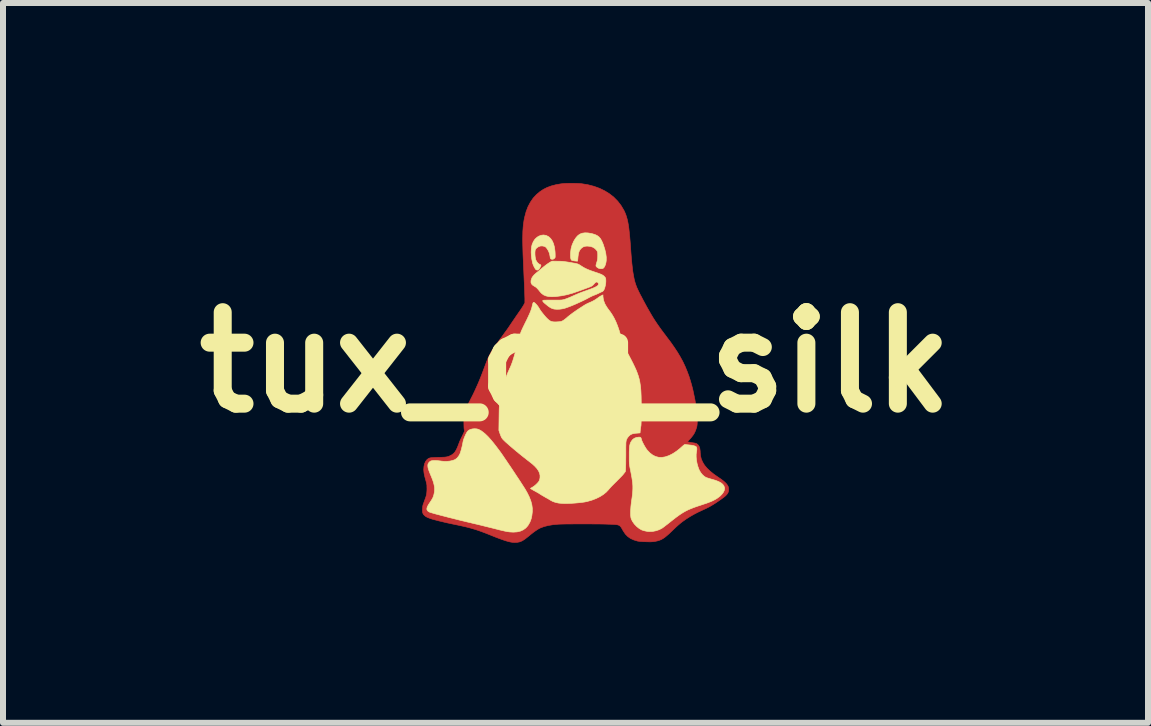
<source format=kicad_pcb>
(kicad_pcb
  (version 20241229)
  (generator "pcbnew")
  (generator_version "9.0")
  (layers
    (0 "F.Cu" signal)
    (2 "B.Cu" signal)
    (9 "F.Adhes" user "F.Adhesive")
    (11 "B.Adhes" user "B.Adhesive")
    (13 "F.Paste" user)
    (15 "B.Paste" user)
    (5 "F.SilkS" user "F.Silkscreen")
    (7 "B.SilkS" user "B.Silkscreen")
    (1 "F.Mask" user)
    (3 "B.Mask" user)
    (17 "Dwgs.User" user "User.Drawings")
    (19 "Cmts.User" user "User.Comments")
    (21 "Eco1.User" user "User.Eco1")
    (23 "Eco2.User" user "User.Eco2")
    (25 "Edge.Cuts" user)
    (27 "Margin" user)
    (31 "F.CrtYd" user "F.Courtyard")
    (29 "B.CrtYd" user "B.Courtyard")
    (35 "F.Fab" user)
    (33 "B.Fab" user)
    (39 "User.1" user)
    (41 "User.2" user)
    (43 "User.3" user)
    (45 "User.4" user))
  (footprint "tux_cu_silk"
    (layer "F.Cu")
    (at 6.539 2.986)
    (property "Reference" "tux_cu_silk" (at 0 0 0) (layer "F.SilkS") (effects (font (size 1.524 1.524) (thickness 0.3))))
    (attr through_hole)
    (fp_poly (pts (xy -0.019 -2.981) (xy 0.026 -2.98) (xy 0.066 -2.978) (xy 0.099 -2.975) (xy 0.102 -2.975) (xy 0.207 -2.958) (xy 0.307 -2.932) (xy 0.401 -2.898) (xy 0.487 -2.856) (xy 0.566 -2.807) (xy 0.638 -2.75) (xy 0.702 -2.685) (xy 0.757 -2.614) (xy 0.804 -2.535) (xy 0.809 -2.526) (xy 0.824 -2.493) (xy 0.838 -2.459) (xy 0.85 -2.422) (xy 0.861 -2.383) (xy 0.871 -2.339) (xy 0.88 -2.29) (xy 0.888 -2.234) (xy 0.895 -2.172) (xy 0.902 -2.101) (xy 0.909 -2.022) (xy 0.916 -1.932) (xy 0.917 -1.913) (xy 0.924 -1.816) (xy 0.931 -1.729) (xy 0.938 -1.652) (xy 0.946 -1.583) (xy 0.953 -1.521) (xy 0.962 -1.467) (xy 0.971 -1.418) (xy 0.98 -1.373) (xy 0.991 -1.333) (xy 1.003 -1.295) (xy 1.016 -1.26) (xy 1.022 -1.245) (xy 1.032 -1.223) (xy 1.045 -1.195) (xy 1.062 -1.16) (xy 1.081 -1.122) (xy 1.102 -1.084) (xy 1.113 -1.061) (xy 1.154 -0.985) (xy 1.191 -0.917) (xy 1.226 -0.856) (xy 1.258 -0.8) (xy 1.289 -0.748) (xy 1.32 -0.699) (xy 1.352 -0.651) (xy 1.386 -0.602) (xy 1.423 -0.55) (xy 1.464 -0.495) (xy 1.51 -0.434) (xy 1.518 -0.423) (xy 1.587 -0.332) (xy 1.647 -0.246) (xy 1.701 -0.164) (xy 1.748 -0.085) (xy 1.79 -0.007) (xy 1.827 0.072) (xy 1.86 0.152) (xy 1.891 0.235) (xy 1.919 0.324) (xy 1.919 0.325) (xy 1.938 0.392) (xy 1.956 0.464) (xy 1.972 0.54) (xy 1.988 0.617) (xy 2.001 0.693) (xy 2.012 0.767) (xy 2.02 0.835) (xy 2.026 0.898) (xy 2.028 0.952) (xy 2.028 0.957) (xy 2.028 0.993) (xy 2.027 1.021) (xy 2.025 1.044) (xy 2.022 1.065) (xy 2.017 1.086) (xy 2.016 1.088) (xy 2.001 1.134) (xy 1.982 1.177) (xy 1.957 1.217) (xy 1.924 1.259) (xy 1.89 1.296) (xy 1.862 1.325) (xy 1.912 1.334) (xy 1.938 1.339) (xy 1.964 1.343) (xy 1.986 1.346) (xy 1.99 1.347) (xy 2.018 1.356) (xy 2.041 1.375) (xy 2.059 1.402) (xy 2.071 1.438) (xy 2.077 1.482) (xy 2.077 1.499) (xy 2.082 1.556) (xy 2.095 1.611) (xy 2.118 1.664) (xy 2.149 1.715) (xy 2.191 1.765) (xy 2.243 1.815) (xy 2.305 1.865) (xy 2.365 1.907) (xy 2.415 1.941) (xy 2.457 1.972) (xy 2.489 1.999) (xy 2.514 2.025) (xy 2.532 2.049) (xy 2.544 2.072) (xy 2.55 2.097) (xy 2.551 2.118) (xy 2.55 2.141) (xy 2.545 2.162) (xy 2.535 2.182) (xy 2.52 2.203) (xy 2.499 2.225) (xy 2.47 2.249) (xy 2.433 2.276) (xy 2.389 2.307) (xy 2.339 2.341) (xy 2.295 2.369) (xy 2.255 2.393) (xy 2.215 2.415) (xy 2.173 2.436) (xy 2.126 2.458) (xy 2.113 2.464) (xy 2.038 2.499) (xy 1.971 2.534) (xy 1.907 2.571) (xy 1.85 2.607) (xy 1.814 2.632) (xy 1.78 2.656) (xy 1.747 2.682) (xy 1.714 2.71) (xy 1.678 2.742) (xy 1.638 2.78) (xy 1.603 2.814) (xy 1.559 2.856) (xy 1.521 2.889) (xy 1.487 2.917) (xy 1.456 2.938) (xy 1.425 2.955) (xy 1.394 2.967) (xy 1.36 2.977) (xy 1.322 2.985) (xy 1.317 2.986) (xy 1.292 2.989) (xy 1.258 2.991) (xy 1.219 2.991) (xy 1.177 2.99) (xy 1.134 2.989) (xy 1.094 2.986) (xy 1.06 2.983) (xy 1.033 2.979) (xy 1.03 2.978) (xy 0.968 2.959) (xy 0.914 2.934) (xy 0.869 2.902) (xy 0.83 2.862) (xy 0.797 2.813) (xy 0.792 2.805) (xy 0.777 2.778) (xy 0.764 2.756) (xy 0.752 2.739) (xy 0.738 2.725) (xy 0.723 2.716) (xy 0.704 2.709) (xy 0.68 2.705) (xy 0.649 2.702) (xy 0.611 2.7) (xy 0.563 2.698) (xy 0.548 2.698) (xy 0.5 2.696) (xy 0.446 2.695) (xy 0.386 2.694) (xy 0.321 2.694) (xy 0.253 2.693) (xy 0.184 2.693) (xy 0.114 2.693) (xy 0.045 2.693) (xy -0.021 2.693) (xy -0.084 2.694) (xy -0.142 2.694) (xy -0.193 2.695) (xy -0.237 2.696) (xy -0.271 2.697) (xy -0.288 2.698) (xy -0.375 2.706) (xy -0.453 2.719) (xy -0.521 2.736) (xy -0.581 2.758) (xy -0.601 2.767) (xy -0.632 2.785) (xy -0.668 2.809) (xy -0.708 2.838) (xy -0.751 2.872) (xy -0.766 2.885) (xy -0.806 2.917) (xy -0.838 2.942) (xy -0.866 2.961) (xy -0.891 2.976) (xy -0.914 2.986) (xy -0.93 2.992) (xy -0.97 3) (xy -1.016 3.002) (xy -1.058 2.999) (xy -1.087 2.994) (xy -1.12 2.986) (xy -1.16 2.975) (xy -1.205 2.96) (xy -1.258 2.941) (xy -1.32 2.918) (xy -1.39 2.89) (xy -1.437 2.871) (xy -1.5 2.846) (xy -1.559 2.824) (xy -1.614 2.804) (xy -1.669 2.786) (xy -1.723 2.77) (xy -1.78 2.754) (xy -1.841 2.739) (xy -1.908 2.724) (xy -1.983 2.708) (xy -2.047 2.695) (xy -2.083 2.687) (xy -2.127 2.678) (xy -2.175 2.667) (xy -2.224 2.655) (xy -2.271 2.644) (xy -2.283 2.641) (xy -2.341 2.626) (xy -2.389 2.613) (xy -2.427 2.6) (xy -2.459 2.588) (xy -2.484 2.576) (xy -2.504 2.563) (xy -2.515 2.553) (xy -2.532 2.536) (xy -2.542 2.519) (xy -2.548 2.499) (xy -2.55 2.474) (xy -2.55 2.445) (xy -2.548 2.421) (xy -2.546 2.4) (xy -2.542 2.38) (xy -2.535 2.358) (xy -2.524 2.329) (xy -2.521 2.32) (xy -2.506 2.279) (xy -2.494 2.246) (xy -2.486 2.218) (xy -2.481 2.193) (xy -2.478 2.169) (xy -2.476 2.142) (xy -2.475 2.11) (xy -2.475 2.108) (xy -2.476 2.077) (xy -2.476 2.053) (xy -2.479 2.032) (xy -2.483 2.01) (xy -2.49 1.984) (xy -2.496 1.961) (xy -2.509 1.915) (xy -2.518 1.877) (xy -2.524 1.845) (xy -2.527 1.817) (xy -2.529 1.79) (xy -2.529 1.786) (xy -2.525 1.734) (xy -2.514 1.688) (xy -2.497 1.65) (xy -2.473 1.62) (xy -2.447 1.601) (xy -2.439 1.598) (xy -2.43 1.595) (xy -2.418 1.592) (xy -2.402 1.59) (xy -2.38 1.589) (xy -2.351 1.587) (xy -2.314 1.586) (xy -2.292 1.585) (xy -2.246 1.584) (xy -2.209 1.582) (xy -2.181 1.581) (xy -2.158 1.578) (xy -2.14 1.575) (xy -2.124 1.571) (xy -2.108 1.565) (xy -2.092 1.558) (xy -2.088 1.556) (xy -2.058 1.54) (xy -2.031 1.519) (xy -2.008 1.493) (xy -1.988 1.46) (xy -1.968 1.418) (xy -1.953 1.38) (xy -1.944 1.356) (xy -1.937 1.338) (xy -1.931 1.322) (xy -1.924 1.306) (xy -1.916 1.288) (xy -1.906 1.267) (xy -1.892 1.239) (xy -1.88 1.215) (xy -1.867 1.187) (xy -1.858 1.167) (xy -1.852 1.153) (xy -1.85 1.143) (xy -1.851 1.135) (xy -1.853 1.128) (xy -1.856 1.113) (xy -1.858 1.088) (xy -1.859 1.052) (xy -1.86 1.005) (xy -1.86 0.988) (xy -1.86 0.866) (xy -1.841 0.813) (xy -1.832 0.789) (xy -1.819 0.758) (xy -1.803 0.724) (xy -1.786 0.69) (xy -1.776 0.672) (xy -1.74 0.601) (xy -1.707 0.536) (xy -1.677 0.473) (xy -1.649 0.411) (xy -1.621 0.348) (xy -1.593 0.281) (xy -1.564 0.208) (xy -1.533 0.126) (xy -1.524 0.102) (xy -1.501 0.041) (xy -1.481 -0.011) (xy -1.463 -0.057) (xy -1.445 -0.097) (xy -1.426 -0.134) (xy -1.407 -0.17) (xy -1.386 -0.205) (xy -1.361 -0.242) (xy -1.333 -0.283) (xy -1.299 -0.329) (xy -1.26 -0.381) (xy -1.249 -0.396) (xy -1.217 -0.439) (xy -1.183 -0.487) (xy -1.146 -0.537) (xy -1.111 -0.587) (xy -1.08 -0.633) (xy -1.067 -0.653) (xy -1.041 -0.691) (xy -1.014 -0.73) (xy -0.989 -0.768) (xy -0.965 -0.802) (xy -0.945 -0.831) (xy -0.934 -0.847) (xy -0.915 -0.874) (xy -0.896 -0.903) (xy -0.879 -0.929) (xy -0.866 -0.95) (xy -0.866 -0.951) (xy -0.844 -0.991) (xy -0.844 -1.067) (xy -0.845 -1.089) (xy -0.846 -1.121) (xy -0.847 -1.161) (xy -0.849 -1.207) (xy -0.851 -1.258) (xy -0.853 -1.312) (xy -0.856 -1.367) (xy -0.857 -1.391) (xy -0.862 -1.509) (xy -0.867 -1.616) (xy -0.871 -1.713) (xy -0.875 -1.801) (xy -0.877 -1.88) (xy -0.879 -1.952) (xy -0.88 -2.017) (xy -0.88 -2.075) (xy -0.879 -2.128) (xy -0.878 -2.176) (xy -0.875 -2.22) (xy -0.872 -2.261) (xy -0.868 -2.298) (xy -0.863 -2.334) (xy -0.858 -2.368) (xy -0.851 -2.402) (xy -0.847 -2.42) (xy -0.823 -2.511) (xy -0.791 -2.594) (xy -0.751 -2.669) (xy -0.705 -2.736) (xy -0.651 -2.794) (xy -0.651 -2.794) (xy -0.595 -2.841) (xy -0.537 -2.88) (xy -0.474 -2.912) (xy -0.404 -2.938) (xy -0.328 -2.958) (xy -0.243 -2.973) (xy -0.226 -2.975) (xy -0.196 -2.978) (xy -0.158 -2.98) (xy -0.114 -2.981) (xy -0.067 -2.981) (xy -0.019 -2.981)) (stroke (width 0.01) (type solid)) (fill yes) (layer "F.Cu"))
    (fp_poly (pts (xy -0.496 -2.115) (xy -0.484 -2.111) (xy -0.446 -2.091) (xy -0.414 -2.061) (xy -0.387 -2.022) (xy -0.366 -1.974) (xy -0.351 -1.917) (xy -0.342 -1.851) (xy -0.34 -1.819) (xy -0.339 -1.789) (xy -0.339 -1.768) (xy -0.339 -1.754) (xy -0.341 -1.745) (xy -0.345 -1.738) (xy -0.35 -1.732) (xy -0.352 -1.731) (xy -0.371 -1.718) (xy -0.385 -1.716) (xy -0.403 -1.718) (xy -0.414 -1.725) (xy -0.421 -1.739) (xy -0.424 -1.761) (xy -0.425 -1.767) (xy -0.434 -1.813) (xy -0.453 -1.859) (xy -0.477 -1.896) (xy -0.493 -1.916) (xy -0.511 -1.928) (xy -0.534 -1.935) (xy -0.551 -1.938) (xy -0.58 -1.938) (xy -0.61 -1.929) (xy -0.637 -1.913) (xy -0.659 -1.893) (xy -0.67 -1.875) (xy -0.674 -1.857) (xy -0.676 -1.831) (xy -0.676 -1.801) (xy -0.674 -1.769) (xy -0.67 -1.739) (xy -0.664 -1.714) (xy -0.664 -1.711) (xy -0.651 -1.684) (xy -0.633 -1.659) (xy -0.612 -1.64) (xy -0.595 -1.631) (xy -0.583 -1.625) (xy -0.577 -1.617) (xy -0.578 -1.605) (xy -0.587 -1.587) (xy -0.593 -1.576) (xy -0.609 -1.552) (xy -0.624 -1.539) (xy -0.64 -1.536) (xy -0.657 -1.542) (xy -0.659 -1.544) (xy -0.67 -1.556) (xy -0.682 -1.576) (xy -0.695 -1.601) (xy -0.707 -1.629) (xy -0.716 -1.656) (xy -0.718 -1.665) (xy -0.729 -1.72) (xy -0.736 -1.776) (xy -0.739 -1.832) (xy -0.737 -1.884) (xy -0.731 -1.931) (xy -0.723 -1.963) (xy -0.702 -2.012) (xy -0.675 -2.052) (xy -0.641 -2.083) (xy -0.613 -2.101) (xy -0.573 -2.116) (xy -0.534 -2.121) (xy -0.496 -2.115)) (stroke (width 0.01) (type solid)) (fill yes) (layer "F.SilkS"))
    (fp_poly (pts (xy 0.208 -2.155) (xy 0.265 -2.145) (xy 0.282 -2.141) (xy 0.324 -2.128) (xy 0.359 -2.112) (xy 0.389 -2.09) (xy 0.414 -2.062) (xy 0.435 -2.026) (xy 0.455 -1.981) (xy 0.464 -1.957) (xy 0.488 -1.882) (xy 0.504 -1.814) (xy 0.512 -1.752) (xy 0.512 -1.698) (xy 0.508 -1.668) (xy 0.501 -1.636) (xy 0.49 -1.607) (xy 0.477 -1.583) (xy 0.463 -1.568) (xy 0.462 -1.567) (xy 0.443 -1.56) (xy 0.419 -1.559) (xy 0.392 -1.564) (xy 0.38 -1.569) (xy 0.363 -1.579) (xy 0.35 -1.591) (xy 0.347 -1.594) (xy 0.342 -1.602) (xy 0.341 -1.609) (xy 0.341 -1.619) (xy 0.345 -1.634) (xy 0.352 -1.657) (xy 0.353 -1.661) (xy 0.361 -1.688) (xy 0.366 -1.71) (xy 0.369 -1.734) (xy 0.37 -1.762) (xy 0.37 -1.776) (xy 0.37 -1.804) (xy 0.369 -1.823) (xy 0.367 -1.836) (xy 0.363 -1.847) (xy 0.357 -1.857) (xy 0.353 -1.864) (xy 0.324 -1.895) (xy 0.289 -1.917) (xy 0.246 -1.931) (xy 0.196 -1.936) (xy 0.19 -1.936) (xy 0.154 -1.932) (xy 0.123 -1.92) (xy 0.095 -1.898) (xy 0.087 -1.89) (xy 0.07 -1.867) (xy 0.057 -1.84) (xy 0.048 -1.806) (xy 0.042 -1.764) (xy 0.04 -1.743) (xy 0.038 -1.719) (xy 0.036 -1.7) (xy 0.034 -1.688) (xy 0.033 -1.685) (xy 0.027 -1.685) (xy 0.012 -1.686) (xy -0.009 -1.688) (xy -0.033 -1.692) (xy -0.057 -1.697) (xy -0.057 -1.697) (xy -0.069 -1.703) (xy -0.077 -1.719) (xy -0.082 -1.743) (xy -0.084 -1.778) (xy -0.083 -1.822) (xy -0.083 -1.823) (xy -0.075 -1.89) (xy -0.058 -1.953) (xy -0.031 -2.015) (xy -0.017 -2.039) (xy 0.011 -2.081) (xy 0.042 -2.114) (xy 0.076 -2.137) (xy 0.114 -2.151) (xy 0.158 -2.157) (xy 0.208 -2.155)) (stroke (width 0.01) (type solid)) (fill yes) (layer "F.SilkS"))
    (fp_poly (pts (xy -1.644 1.11) (xy -1.612 1.119) (xy -1.609 1.121) (xy -1.574 1.14) (xy -1.538 1.166) (xy -1.499 1.199) (xy -1.457 1.24) (xy -1.412 1.29) (xy -1.364 1.348) (xy -1.312 1.415) (xy -1.255 1.491) (xy -1.224 1.535) (xy -1.206 1.561) (xy -1.184 1.594) (xy -1.157 1.633) (xy -1.127 1.678) (xy -1.094 1.726) (xy -1.06 1.777) (xy -1.026 1.828) (xy -0.992 1.88) (xy -0.959 1.929) (xy -0.928 1.976) (xy -0.901 2.018) (xy -0.877 2.055) (xy -0.858 2.085) (xy -0.847 2.101) (xy -0.804 2.176) (xy -0.77 2.245) (xy -0.745 2.31) (xy -0.728 2.372) (xy -0.72 2.432) (xy -0.72 2.49) (xy -0.722 2.51) (xy -0.728 2.559) (xy -0.737 2.6) (xy -0.749 2.637) (xy -0.764 2.672) (xy -0.765 2.673) (xy -0.794 2.722) (xy -0.829 2.761) (xy -0.87 2.791) (xy -0.918 2.813) (xy -0.974 2.826) (xy -1.036 2.83) (xy -1.094 2.827) (xy -1.109 2.825) (xy -1.124 2.823) (xy -1.14 2.821) (xy -1.157 2.817) (xy -1.179 2.813) (xy -1.204 2.807) (xy -1.235 2.8) (xy -1.273 2.791) (xy -1.319 2.779) (xy -1.374 2.765) (xy -1.414 2.755) (xy -1.467 2.742) (xy -1.524 2.728) (xy -1.583 2.713) (xy -1.641 2.699) (xy -1.694 2.687) (xy -1.739 2.676) (xy -1.741 2.675) (xy -1.799 2.662) (xy -1.86 2.647) (xy -1.923 2.632) (xy -1.986 2.616) (xy -2.049 2.6) (xy -2.111 2.585) (xy -2.171 2.569) (xy -2.226 2.555) (xy -2.278 2.541) (xy -2.324 2.529) (xy -2.363 2.518) (xy -2.394 2.509) (xy -2.417 2.502) (xy -2.43 2.498) (xy -2.431 2.497) (xy -2.455 2.484) (xy -2.47 2.468) (xy -2.477 2.451) (xy -2.476 2.43) (xy -2.467 2.404) (xy -2.45 2.372) (xy -2.432 2.345) (xy -2.408 2.309) (xy -2.39 2.28) (xy -2.377 2.256) (xy -2.368 2.233) (xy -2.361 2.21) (xy -2.357 2.192) (xy -2.35 2.155) (xy -2.348 2.12) (xy -2.349 2.083) (xy -2.356 2.045) (xy -2.366 2.003) (xy -2.382 1.956) (xy -2.404 1.901) (xy -2.417 1.87) (xy -2.432 1.833) (xy -2.443 1.804) (xy -2.451 1.782) (xy -2.456 1.763) (xy -2.459 1.746) (xy -2.46 1.737) (xy -2.461 1.715) (xy -2.459 1.701) (xy -2.455 1.688) (xy -2.448 1.677) (xy -2.435 1.661) (xy -2.418 1.649) (xy -2.414 1.646) (xy -2.394 1.64) (xy -2.365 1.637) (xy -2.329 1.637) (xy -2.289 1.64) (xy -2.246 1.645) (xy -2.242 1.646) (xy -2.192 1.651) (xy -2.141 1.651) (xy -2.091 1.646) (xy -2.047 1.636) (xy -2.009 1.622) (xy -2.001 1.617) (xy -1.974 1.596) (xy -1.949 1.566) (xy -1.928 1.53) (xy -1.927 1.527) (xy -1.919 1.507) (xy -1.91 1.478) (xy -1.9 1.443) (xy -1.891 1.406) (xy -1.882 1.368) (xy -1.876 1.333) (xy -1.874 1.323) (xy -1.868 1.297) (xy -1.857 1.266) (xy -1.843 1.232) (xy -1.828 1.199) (xy -1.813 1.171) (xy -1.8 1.151) (xy -1.779 1.132) (xy -1.75 1.118) (xy -1.716 1.11) (xy -1.68 1.107) (xy -1.644 1.11)) (stroke (width 0.01) (type solid)) (fill yes) (layer "F.SilkS"))
    (fp_poly (pts (xy 1.078 1.249) (xy 1.089 1.257) (xy 1.095 1.272) (xy 1.097 1.281) (xy 1.103 1.301) (xy 1.114 1.327) (xy 1.129 1.357) (xy 1.146 1.389) (xy 1.164 1.419) (xy 1.182 1.447) (xy 1.196 1.465) (xy 1.24 1.511) (xy 1.286 1.546) (xy 1.334 1.57) (xy 1.385 1.583) (xy 1.438 1.585) (xy 1.494 1.576) (xy 1.553 1.556) (xy 1.572 1.547) (xy 1.612 1.527) (xy 1.651 1.503) (xy 1.691 1.475) (xy 1.733 1.442) (xy 1.779 1.401) (xy 1.785 1.396) (xy 1.801 1.382) (xy 1.815 1.372) (xy 1.823 1.369) (xy 1.824 1.369) (xy 1.833 1.37) (xy 1.85 1.373) (xy 1.872 1.375) (xy 1.891 1.377) (xy 1.934 1.382) (xy 1.969 1.389) (xy 1.995 1.398) (xy 2.011 1.408) (xy 2.014 1.412) (xy 2.02 1.429) (xy 2.021 1.454) (xy 2.018 1.482) (xy 2.016 1.49) (xy 2.01 1.53) (xy 2.01 1.578) (xy 2.015 1.629) (xy 2.024 1.682) (xy 2.038 1.734) (xy 2.055 1.782) (xy 2.071 1.814) (xy 2.091 1.845) (xy 2.116 1.875) (xy 2.143 1.899) (xy 2.169 1.916) (xy 2.186 1.923) (xy 2.21 1.931) (xy 2.24 1.94) (xy 2.27 1.949) (xy 2.275 1.95) (xy 2.335 1.968) (xy 2.385 1.988) (xy 2.424 2.009) (xy 2.453 2.033) (xy 2.472 2.059) (xy 2.482 2.088) (xy 2.484 2.106) (xy 2.478 2.135) (xy 2.463 2.166) (xy 2.44 2.197) (xy 2.409 2.229) (xy 2.371 2.258) (xy 2.357 2.268) (xy 2.334 2.282) (xy 2.31 2.295) (xy 2.284 2.308) (xy 2.255 2.321) (xy 2.221 2.334) (xy 2.181 2.349) (xy 2.132 2.365) (xy 2.082 2.382) (xy 2.021 2.402) (xy 1.968 2.421) (xy 1.92 2.44) (xy 1.877 2.458) (xy 1.837 2.478) (xy 1.798 2.5) (xy 1.758 2.525) (xy 1.717 2.553) (xy 1.672 2.586) (xy 1.622 2.625) (xy 1.565 2.67) (xy 1.555 2.678) (xy 1.526 2.701) (xy 1.498 2.722) (xy 1.473 2.742) (xy 1.453 2.756) (xy 1.441 2.765) (xy 1.394 2.789) (xy 1.341 2.807) (xy 1.286 2.818) (xy 1.231 2.82) (xy 1.205 2.819) (xy 1.172 2.813) (xy 1.138 2.805) (xy 1.11 2.796) (xy 1.104 2.794) (xy 1.06 2.769) (xy 1.018 2.735) (xy 0.98 2.695) (xy 0.949 2.651) (xy 0.929 2.611) (xy 0.922 2.585) (xy 0.918 2.549) (xy 0.917 2.505) (xy 0.919 2.454) (xy 0.923 2.398) (xy 0.93 2.337) (xy 0.933 2.315) (xy 0.942 2.254) (xy 0.949 2.2) (xy 0.953 2.152) (xy 0.955 2.106) (xy 0.955 2.062) (xy 0.952 2.017) (xy 0.946 1.969) (xy 0.938 1.917) (xy 0.927 1.857) (xy 0.914 1.789) (xy 0.913 1.784) (xy 0.907 1.756) (xy 0.903 1.732) (xy 0.9 1.712) (xy 0.897 1.691) (xy 0.896 1.668) (xy 0.895 1.641) (xy 0.895 1.608) (xy 0.895 1.566) (xy 0.895 1.558) (xy 0.895 1.505) (xy 0.896 1.463) (xy 0.898 1.428) (xy 0.9 1.4) (xy 0.905 1.377) (xy 0.91 1.357) (xy 0.917 1.339) (xy 0.925 1.324) (xy 0.948 1.291) (xy 0.978 1.267) (xy 1.013 1.253) (xy 1.056 1.247) (xy 1.061 1.247) (xy 1.078 1.249)) (stroke (width 0.01) (type solid)) (fill yes) (layer "F.SilkS"))
    (fp_poly (pts (xy -0.305 -1.684) (xy -0.275 -1.684) (xy -0.249 -1.683) (xy -0.223 -1.682) (xy -0.196 -1.679) (xy -0.167 -1.675) (xy -0.132 -1.67) (xy -0.09 -1.663) (xy -0.039 -1.654) (xy -0.039 -1.654) (xy -0.006 -1.649) (xy 0.018 -1.643) (xy 0.037 -1.638) (xy 0.053 -1.631) (xy 0.068 -1.622) (xy 0.087 -1.61) (xy 0.093 -1.606) (xy 0.126 -1.585) (xy 0.162 -1.565) (xy 0.204 -1.546) (xy 0.252 -1.527) (xy 0.31 -1.507) (xy 0.328 -1.501) (xy 0.373 -1.486) (xy 0.408 -1.473) (xy 0.435 -1.462) (xy 0.455 -1.45) (xy 0.471 -1.439) (xy 0.484 -1.425) (xy 0.492 -1.416) (xy 0.499 -1.405) (xy 0.503 -1.393) (xy 0.504 -1.378) (xy 0.505 -1.355) (xy 0.505 -1.349) (xy 0.503 -1.316) (xy 0.497 -1.281) (xy 0.489 -1.248) (xy 0.479 -1.219) (xy 0.467 -1.197) (xy 0.458 -1.187) (xy 0.447 -1.178) (xy 0.438 -1.174) (xy 0.438 -1.174) (xy 0.43 -1.172) (xy 0.416 -1.165) (xy 0.397 -1.156) (xy 0.39 -1.152) (xy 0.364 -1.14) (xy 0.337 -1.128) (xy 0.313 -1.119) (xy 0.312 -1.118) (xy 0.292 -1.111) (xy 0.266 -1.099) (xy 0.238 -1.085) (xy 0.221 -1.076) (xy 0.184 -1.056) (xy 0.14 -1.034) (xy 0.092 -1.011) (xy 0.041 -0.988) (xy -0.01 -0.965) (xy -0.06 -0.944) (xy -0.106 -0.926) (xy -0.147 -0.911) (xy -0.179 -0.9) (xy -0.18 -0.9) (xy -0.223 -0.89) (xy -0.268 -0.884) (xy -0.312 -0.883) (xy -0.351 -0.886) (xy -0.362 -0.888) (xy -0.385 -0.895) (xy -0.407 -0.904) (xy -0.431 -0.918) (xy -0.458 -0.937) (xy -0.49 -0.963) (xy -0.496 -0.968) (xy -0.52 -0.988) (xy -0.535 -1.003) (xy -0.543 -1.013) (xy -0.546 -1.021) (xy -0.546 -1.023) (xy -0.546 -1.027) (xy -0.544 -1.03) (xy -0.54 -1.032) (xy -0.532 -1.034) (xy -0.519 -1.035) (xy -0.501 -1.035) (xy -0.475 -1.036) (xy -0.44 -1.036) (xy -0.396 -1.036) (xy -0.384 -1.036) (xy -0.337 -1.036) (xy -0.3 -1.036) (xy -0.271 -1.036) (xy -0.248 -1.037) (xy -0.23 -1.038) (xy -0.216 -1.04) (xy -0.203 -1.043) (xy -0.19 -1.046) (xy -0.176 -1.05) (xy -0.172 -1.052) (xy -0.149 -1.06) (xy -0.119 -1.072) (xy -0.085 -1.086) (xy -0.051 -1.101) (xy -0.034 -1.109) (xy 0.005 -1.126) (xy 0.049 -1.145) (xy 0.094 -1.163) (xy 0.135 -1.178) (xy 0.144 -1.181) (xy 0.203 -1.202) (xy 0.252 -1.22) (xy 0.291 -1.235) (xy 0.322 -1.249) (xy 0.346 -1.261) (xy 0.363 -1.272) (xy 0.375 -1.283) (xy 0.381 -1.293) (xy 0.383 -1.3) (xy 0.38 -1.318) (xy 0.369 -1.332) (xy 0.354 -1.338) (xy 0.351 -1.338) (xy 0.338 -1.333) (xy 0.324 -1.322) (xy 0.323 -1.321) (xy 0.309 -1.306) (xy 0.293 -1.289) (xy 0.29 -1.286) (xy 0.28 -1.277) (xy 0.266 -1.268) (xy 0.245 -1.258) (xy 0.217 -1.247) (xy 0.2 -1.241) (xy 0.165 -1.228) (xy 0.124 -1.213) (xy 0.084 -1.198) (xy 0.05 -1.186) (xy -0.049 -1.152) (xy -0.142 -1.126) (xy -0.232 -1.108) (xy -0.321 -1.096) (xy -0.328 -1.095) (xy -0.392 -1.092) (xy -0.447 -1.095) (xy -0.494 -1.106) (xy -0.533 -1.123) (xy -0.566 -1.148) (xy -0.585 -1.168) (xy -0.609 -1.198) (xy -0.627 -1.219) (xy -0.642 -1.235) (xy -0.655 -1.247) (xy -0.669 -1.257) (xy -0.683 -1.265) (xy -0.713 -1.284) (xy -0.733 -1.305) (xy -0.742 -1.329) (xy -0.742 -1.358) (xy -0.737 -1.378) (xy -0.726 -1.408) (xy -0.708 -1.435) (xy -0.684 -1.462) (xy -0.654 -1.488) (xy -0.631 -1.506) (xy -0.607 -1.526) (xy -0.587 -1.544) (xy -0.583 -1.547) (xy -0.555 -1.571) (xy -0.523 -1.597) (xy -0.491 -1.622) (xy -0.46 -1.644) (xy -0.434 -1.661) (xy -0.425 -1.667) (xy -0.392 -1.685) (xy -0.305 -1.684)) (stroke (width 0.01) (type solid)) (fill yes) (layer "F.SilkS"))
    (fp_poly (pts (xy 0.457 -1.099) (xy 0.461 -1.065) (xy 0.469 -1.027) (xy 0.483 -0.989) (xy 0.491 -0.97) (xy 0.502 -0.951) (xy 0.514 -0.931) (xy 0.528 -0.909) (xy 0.547 -0.882) (xy 0.572 -0.849) (xy 0.577 -0.843) (xy 0.611 -0.792) (xy 0.643 -0.737) (xy 0.673 -0.675) (xy 0.701 -0.605) (xy 0.728 -0.527) (xy 0.754 -0.439) (xy 0.767 -0.392) (xy 0.779 -0.35) (xy 0.789 -0.315) (xy 0.801 -0.284) (xy 0.814 -0.255) (xy 0.83 -0.223) (xy 0.845 -0.194) (xy 0.89 -0.113) (xy 0.928 -0.04) (xy 0.961 0.025) (xy 0.989 0.084) (xy 1.013 0.137) (xy 1.032 0.187) (xy 1.048 0.233) (xy 1.06 0.277) (xy 1.07 0.319) (xy 1.073 0.339) (xy 1.078 0.372) (xy 1.083 0.405) (xy 1.086 0.439) (xy 1.089 0.477) (xy 1.091 0.519) (xy 1.093 0.566) (xy 1.094 0.62) (xy 1.095 0.683) (xy 1.095 0.755) (xy 1.095 0.781) (xy 1.095 0.846) (xy 1.094 0.904) (xy 1.094 0.954) (xy 1.093 0.996) (xy 1.092 1.028) (xy 1.091 1.051) (xy 1.089 1.063) (xy 1.089 1.063) (xy 1.086 1.08) (xy 1.082 1.104) (xy 1.079 1.129) (xy 1.079 1.132) (xy 1.075 1.177) (xy 1.023 1.181) (xy 0.996 1.183) (xy 0.969 1.188) (xy 0.947 1.193) (xy 0.942 1.194) (xy 0.911 1.21) (xy 0.883 1.235) (xy 0.86 1.267) (xy 0.851 1.286) (xy 0.848 1.294) (xy 0.845 1.302) (xy 0.843 1.311) (xy 0.842 1.322) (xy 0.84 1.336) (xy 0.839 1.354) (xy 0.839 1.378) (xy 0.838 1.409) (xy 0.838 1.447) (xy 0.838 1.495) (xy 0.838 1.553) (xy 0.838 1.553) (xy 0.837 1.617) (xy 0.837 1.671) (xy 0.836 1.716) (xy 0.835 1.751) (xy 0.834 1.779) (xy 0.833 1.799) (xy 0.831 1.814) (xy 0.829 1.823) (xy 0.827 1.828) (xy 0.824 1.829) (xy 0.819 1.833) (xy 0.816 1.84) (xy 0.81 1.848) (xy 0.799 1.862) (xy 0.783 1.881) (xy 0.763 1.902) (xy 0.759 1.906) (xy 0.733 1.933) (xy 0.713 1.953) (xy 0.697 1.969) (xy 0.683 1.984) (xy 0.667 1.999) (xy 0.649 2.017) (xy 0.626 2.04) (xy 0.626 2.04) (xy 0.603 2.063) (xy 0.581 2.087) (xy 0.562 2.108) (xy 0.55 2.123) (xy 0.511 2.164) (xy 0.463 2.203) (xy 0.406 2.239) (xy 0.343 2.27) (xy 0.275 2.296) (xy 0.203 2.317) (xy 0.195 2.319) (xy 0.152 2.328) (xy 0.102 2.335) (xy 0.047 2.341) (xy -0.01 2.346) (xy -0.068 2.35) (xy -0.124 2.352) (xy -0.176 2.353) (xy -0.223 2.351) (xy -0.262 2.348) (xy -0.282 2.346) (xy -0.324 2.337) (xy -0.357 2.327) (xy -0.387 2.315) (xy -0.416 2.299) (xy -0.418 2.298) (xy -0.441 2.284) (xy -0.464 2.27) (xy -0.483 2.26) (xy -0.503 2.249) (xy -0.528 2.234) (xy -0.555 2.219) (xy -0.58 2.203) (xy -0.6 2.191) (xy -0.61 2.184) (xy -0.621 2.177) (xy -0.639 2.167) (xy -0.661 2.155) (xy -0.669 2.15) (xy -0.692 2.138) (xy -0.713 2.126) (xy -0.729 2.116) (xy -0.733 2.114) (xy -0.751 2.101) (xy -0.72 2.083) (xy -0.692 2.065) (xy -0.664 2.042) (xy -0.638 2.017) (xy -0.618 1.994) (xy -0.611 1.985) (xy -0.601 1.964) (xy -0.594 1.937) (xy -0.592 1.926) (xy -0.591 1.887) (xy -0.599 1.848) (xy -0.617 1.808) (xy -0.645 1.768) (xy -0.683 1.727) (xy -0.732 1.684) (xy -0.75 1.67) (xy -0.808 1.625) (xy -0.859 1.585) (xy -0.904 1.549) (xy -0.946 1.515) (xy -0.985 1.483) (xy -1.023 1.451) (xy -1.063 1.417) (xy -1.105 1.381) (xy -1.133 1.356) (xy -1.165 1.328) (xy -1.189 1.305) (xy -1.208 1.286) (xy -1.222 1.269) (xy -1.233 1.252) (xy -1.242 1.232) (xy -1.251 1.209) (xy -1.26 1.185) (xy -1.277 1.134) (xy -1.274 0.915) (xy -1.273 0.848) (xy -1.272 0.791) (xy -1.27 0.742) (xy -1.268 0.698) (xy -1.265 0.66) (xy -1.261 0.625) (xy -1.257 0.59) (xy -1.251 0.556) (xy -1.244 0.52) (xy -1.242 0.507) (xy -1.231 0.463) (xy -1.216 0.412) (xy -1.197 0.354) (xy -1.175 0.292) (xy -1.15 0.228) (xy -1.124 0.164) (xy -1.096 0.102) (xy -1.086 0.081) (xy -1.072 0.048) (xy -1.058 0.011) (xy -1.045 -0.026) (xy -1.039 -0.046) (xy -1.029 -0.078) (xy -1.018 -0.116) (xy -1.007 -0.154) (xy -0.998 -0.183) (xy -0.988 -0.219) (xy -0.977 -0.259) (xy -0.966 -0.297) (xy -0.959 -0.325) (xy -0.951 -0.355) (xy -0.943 -0.384) (xy -0.936 -0.41) (xy -0.931 -0.426) (xy -0.924 -0.45) (xy -0.917 -0.476) (xy -0.914 -0.489) (xy -0.91 -0.503) (xy -0.901 -0.525) (xy -0.888 -0.553) (xy -0.872 -0.587) (xy -0.854 -0.624) (xy -0.843 -0.647) (xy -0.812 -0.709) (xy -0.787 -0.762) (xy -0.766 -0.808) (xy -0.749 -0.848) (xy -0.737 -0.883) (xy -0.727 -0.915) (xy -0.723 -0.934) (xy -0.716 -0.962) (xy -0.711 -0.981) (xy -0.706 -0.992) (xy -0.702 -0.997) (xy -0.696 -0.999) (xy -0.695 -0.999) (xy -0.686 -0.995) (xy -0.672 -0.983) (xy -0.655 -0.966) (xy -0.637 -0.945) (xy -0.621 -0.923) (xy -0.607 -0.901) (xy -0.606 -0.899) (xy -0.589 -0.871) (xy -0.566 -0.839) (xy -0.539 -0.805) (xy -0.511 -0.771) (xy -0.485 -0.742) (xy -0.467 -0.724) (xy -0.443 -0.703) (xy -0.421 -0.688) (xy -0.399 -0.679) (xy -0.374 -0.674) (xy -0.343 -0.672) (xy -0.313 -0.673) (xy -0.282 -0.675) (xy -0.256 -0.677) (xy -0.235 -0.682) (xy -0.215 -0.691) (xy -0.194 -0.704) (xy -0.17 -0.722) (xy -0.141 -0.746) (xy -0.133 -0.754) (xy -0.108 -0.774) (xy -0.077 -0.798) (xy -0.041 -0.825) (xy -0.004 -0.851) (xy 0.032 -0.876) (xy 0.034 -0.877) (xy 0.078 -0.906) (xy 0.114 -0.929) (xy 0.143 -0.948) (xy 0.168 -0.963) (xy 0.189 -0.974) (xy 0.208 -0.983) (xy 0.226 -0.991) (xy 0.231 -0.993) (xy 0.28 -1.015) (xy 0.327 -1.041) (xy 0.369 -1.07) (xy 0.387 -1.084) (xy 0.398 -1.091) (xy 0.415 -1.102) (xy 0.428 -1.108) (xy 0.457 -1.123) (xy 0.457 -1.099)) (stroke (width 0.01) (type solid)) (fill yes) (layer "F.SilkS")))
  (gr_rect
    (start -3 -3)
    (end 16.077 8.993)
    (stroke (width 0.1) (type default))
    (fill no)
    (layer "Edge.Cuts")))
</source>
